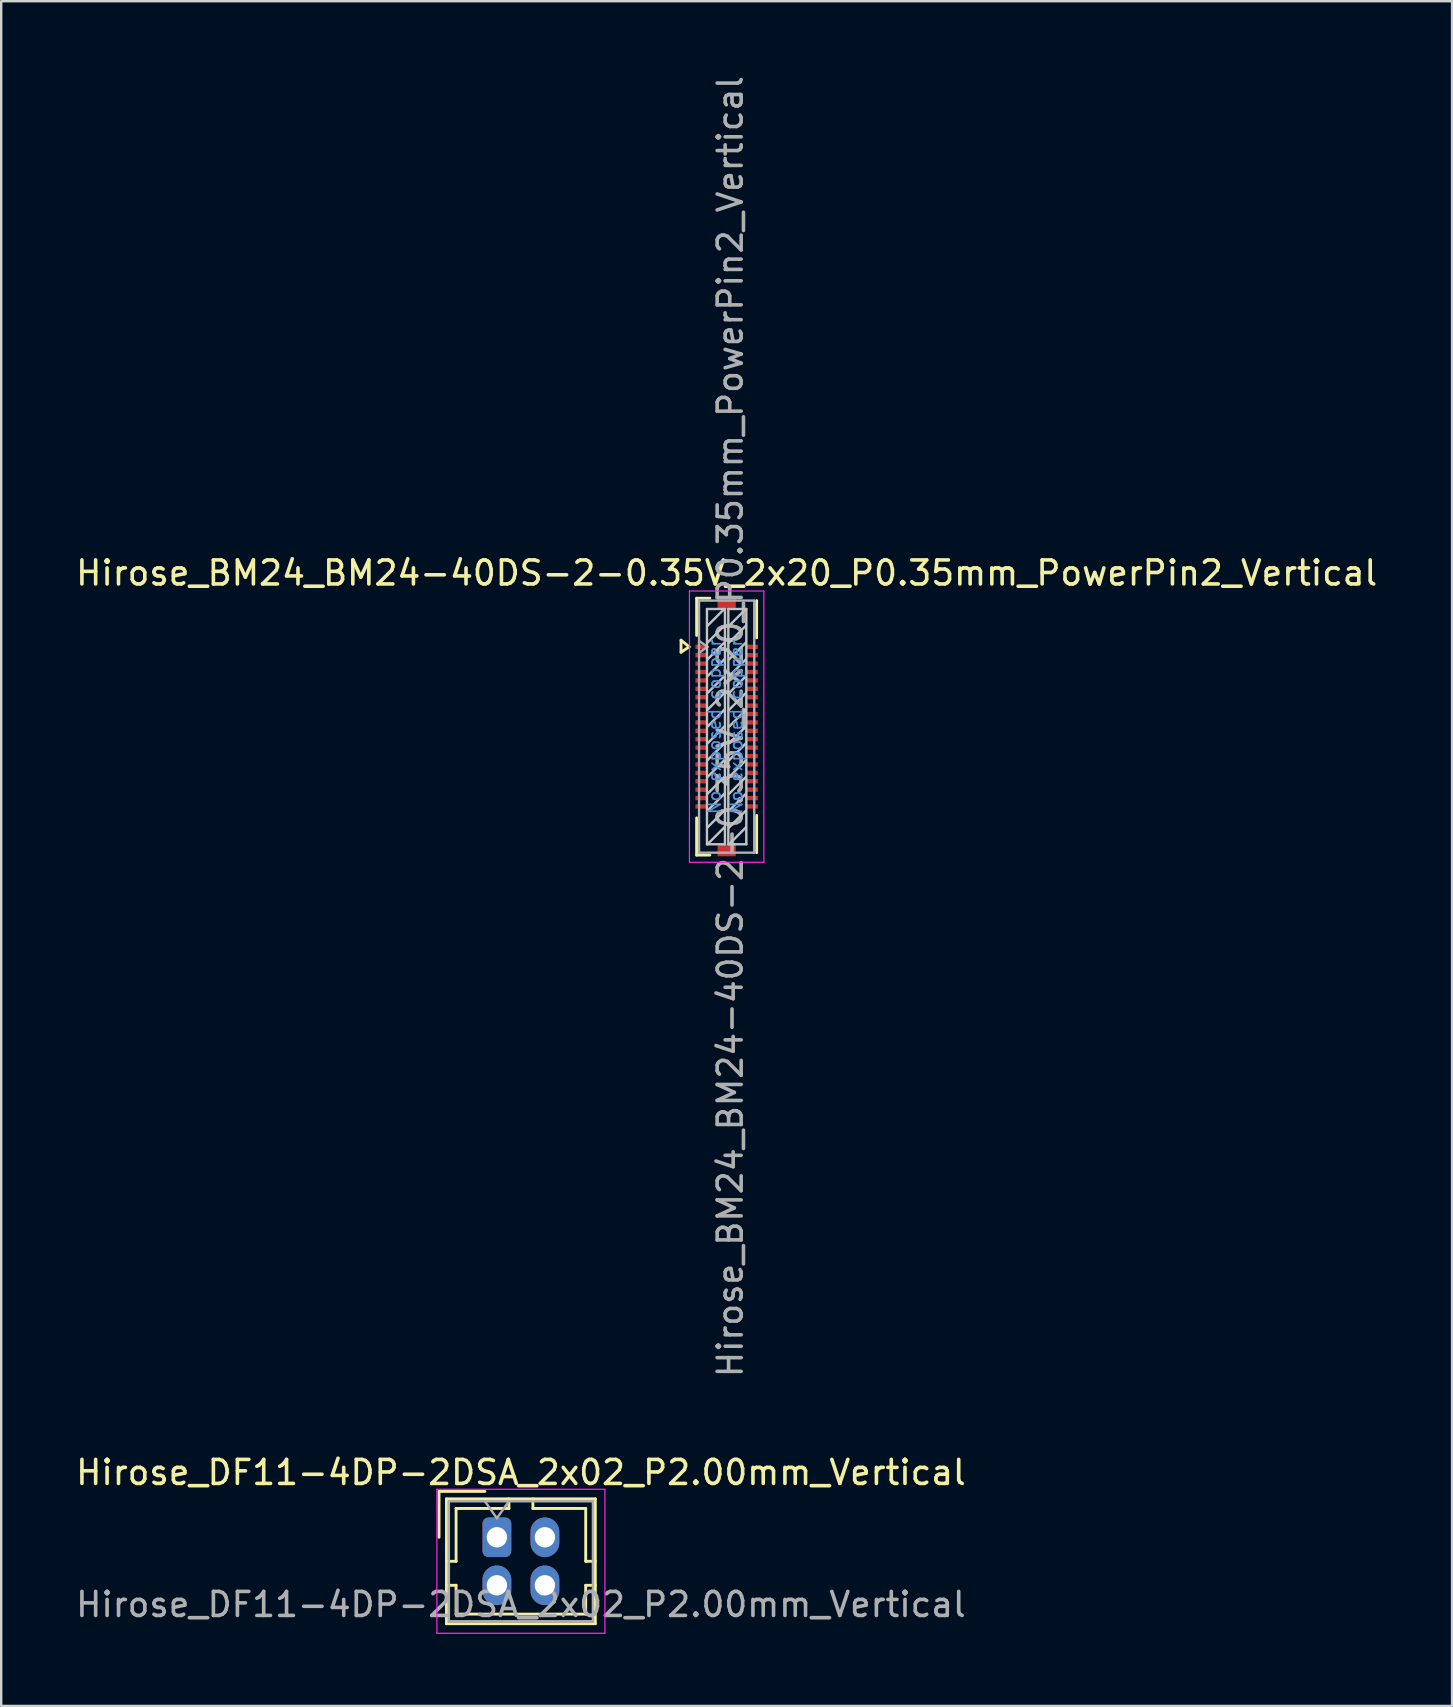
<source format=kicad_pcb>
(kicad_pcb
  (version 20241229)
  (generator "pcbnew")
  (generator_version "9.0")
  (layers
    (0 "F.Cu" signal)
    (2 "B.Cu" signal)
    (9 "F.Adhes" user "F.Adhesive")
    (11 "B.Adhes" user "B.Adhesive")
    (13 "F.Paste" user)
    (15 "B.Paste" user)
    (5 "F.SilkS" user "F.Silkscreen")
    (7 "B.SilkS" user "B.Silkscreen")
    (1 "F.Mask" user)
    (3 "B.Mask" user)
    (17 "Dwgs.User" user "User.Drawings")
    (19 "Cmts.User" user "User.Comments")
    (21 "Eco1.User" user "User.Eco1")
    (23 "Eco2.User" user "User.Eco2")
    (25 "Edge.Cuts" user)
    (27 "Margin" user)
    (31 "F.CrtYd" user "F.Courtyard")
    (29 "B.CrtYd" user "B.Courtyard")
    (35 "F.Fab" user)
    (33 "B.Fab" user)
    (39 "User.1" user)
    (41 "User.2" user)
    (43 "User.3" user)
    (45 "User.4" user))
  (footprint "Hirose_BM24_BM24-40DS-2-0.35V_2x20_P0.35mm_PowerPin2_Vertical"
    (layer "F.Cu")
    (at 27.22 27.22)
    (property "Reference" "Hirose_BM24_BM24-40DS-2-0.35V_2x20_P0.35mm_PowerPin2_Vertical" (at 0 -6.4 0) (layer "F.SilkS") (effects (font (size 1 1) (thickness 0.15))))
    (attr smd)
    (fp_line (start -1.9 -3.6) (end -1.56 -3.325) (stroke (width 0.12) (type solid)) (layer "F.SilkS"))
    (fp_line (start -1.9 -3.1) (end -1.9 -3.6) (stroke (width 0.12) (type solid)) (layer "F.SilkS"))
    (fp_line (start -1.56 -3.325) (end -1.9 -3.1) (stroke (width 0.12) (type solid)) (layer "F.SilkS"))
    (fp_line (start -1.25 -5.35) (end -1.25 -3.8) (stroke (width 0.12) (type solid)) (layer "F.SilkS"))
    (fp_line (start -1.25 -5.35) (end -0.7 -5.35) (stroke (width 0.12) (type solid)) (layer "F.SilkS"))
    (fp_line (start -1.25 5.35) (end -1.25 3.8) (stroke (width 0.12) (type solid)) (layer "F.SilkS"))
    (fp_line (start -1.25 5.35) (end -0.7 5.35) (stroke (width 0.12) (type solid)) (layer "F.SilkS"))
    (fp_line (start 1.25 -5.25) (end 1.25 -3.7) (stroke (width 0.12) (type solid)) (layer "F.SilkS"))
    (fp_line (start 1.25 3.7) (end 1.25 5.25) (stroke (width 0.12) (type solid)) (layer "F.SilkS"))
    (fp_line (start -0.82 -4.9) (end -0.82 4.9) (stroke (width 0.1) (type solid)) (layer "Dwgs.User"))
    (fp_line (start -0.82 4.9) (end -0.07 4.9) (stroke (width 0.1) (type solid)) (layer "Dwgs.User"))
    (fp_line (start -0.8 -3.5) (end -0.1 -4.2) (stroke (width 0.1) (type solid)) (layer "Dwgs.User"))
    (fp_line (start -0.8 -2.8) (end -0.1 -3.5) (stroke (width 0.1) (type solid)) (layer "Dwgs.User"))
    (fp_line (start -0.8 -2.1) (end -0.1 -2.8) (stroke (width 0.1) (type solid)) (layer "Dwgs.User"))
    (fp_line (start -0.8 -1.4) (end -0.1 -2.1) (stroke (width 0.1) (type solid)) (layer "Dwgs.User"))
    (fp_line (start -0.8 -0.7) (end -0.1 -1.4) (stroke (width 0.1) (type solid)) (layer "Dwgs.User"))
    (fp_line (start -0.8 0) (end -0.1 -0.7) (stroke (width 0.1) (type solid)) (layer "Dwgs.User"))
    (fp_line (start -0.8 0.7) (end -0.1 0) (stroke (width 0.1) (type solid)) (layer "Dwgs.User"))
    (fp_line (start -0.8 1.4) (end -0.1 0.7) (stroke (width 0.1) (type solid)) (layer "Dwgs.User"))
    (fp_line (start -0.8 2.1) (end -0.1 1.4) (stroke (width 0.1) (type solid)) (layer "Dwgs.User"))
    (fp_line (start -0.8 2.8) (end -0.1 2.1) (stroke (width 0.1) (type solid)) (layer "Dwgs.User"))
    (fp_line (start -0.8 3.5) (end -0.1 2.8) (stroke (width 0.1) (type solid)) (layer "Dwgs.User"))
    (fp_line (start -0.8 4.2) (end -0.1 3.5) (stroke (width 0.1) (type solid)) (layer "Dwgs.User"))
    (fp_line (start -0.8 4.9) (end -0.1 4.2) (stroke (width 0.1) (type solid)) (layer "Dwgs.User"))
    (fp_line (start -0.1 -4.9) (end -0.8 -4.2) (stroke (width 0.1) (type solid)) (layer "Dwgs.User"))
    (fp_line (start -0.07 -4.9) (end -0.82 -4.9) (stroke (width 0.1) (type solid)) (layer "Dwgs.User"))
    (fp_line (start -0.07 4.9) (end -0.07 -4.9) (stroke (width 0.1) (type solid)) (layer "Dwgs.User"))
    (fp_line (start 0.07 -4.9) (end 0.07 4.9) (stroke (width 0.1) (type solid)) (layer "Dwgs.User"))
    (fp_line (start 0.07 4.9) (end 0.82 4.9) (stroke (width 0.1) (type solid)) (layer "Dwgs.User"))
    (fp_line (start 0.1 -4.2) (end 0.8 -4.9) (stroke (width 0.1) (type solid)) (layer "Dwgs.User"))
    (fp_line (start 0.1 -3.5) (end 0.8 -4.2) (stroke (width 0.1) (type solid)) (layer "Dwgs.User"))
    (fp_line (start 0.1 -2.8) (end 0.8 -3.5) (stroke (width 0.1) (type solid)) (layer "Dwgs.User"))
    (fp_line (start 0.1 -2.1) (end 0.8 -2.8) (stroke (width 0.1) (type solid)) (layer "Dwgs.User"))
    (fp_line (start 0.1 -1.4) (end 0.8 -2.1) (stroke (width 0.1) (type solid)) (layer "Dwgs.User"))
    (fp_line (start 0.1 -0.7) (end 0.8 -1.4) (stroke (width 0.1) (type solid)) (layer "Dwgs.User"))
    (fp_line (start 0.1 0) (end 0.8 -0.7) (stroke (width 0.1) (type solid)) (layer "Dwgs.User"))
    (fp_line (start 0.1 0.7) (end 0.8 0) (stroke (width 0.1) (type solid)) (layer "Dwgs.User"))
    (fp_line (start 0.1 1.4) (end 0.8 0.7) (stroke (width 0.1) (type solid)) (layer "Dwgs.User"))
    (fp_line (start 0.1 2.1) (end 0.8 1.4) (stroke (width 0.1) (type solid)) (layer "Dwgs.User"))
    (fp_line (start 0.1 2.8) (end 0.8 2.1) (stroke (width 0.1) (type solid)) (layer "Dwgs.User"))
    (fp_line (start 0.1 3.5) (end 0.8 2.8) (stroke (width 0.1) (type solid)) (layer "Dwgs.User"))
    (fp_line (start 0.1 4.2) (end 0.8 3.5) (stroke (width 0.1) (type solid)) (layer "Dwgs.User"))
    (fp_line (start 0.1 4.9) (end 0.8 4.2) (stroke (width 0.1) (type solid)) (layer "Dwgs.User"))
    (fp_line (start 0.82 -4.9) (end 0.07 -4.9) (stroke (width 0.1) (type solid)) (layer "Dwgs.User"))
    (fp_line (start 0.82 4.9) (end 0.82 -4.9) (stroke (width 0.1) (type solid)) (layer "Dwgs.User"))
    (fp_line (start -1.55 -5.65) (end 1.55 -5.65) (stroke (width 0.05) (type solid)) (layer "F.CrtYd"))
    (fp_line (start -1.55 5.65) (end -1.55 -5.65) (stroke (width 0.05) (type solid)) (layer "F.CrtYd"))
    (fp_line (start 1.55 -5.65) (end 1.55 5.65) (stroke (width 0.05) (type solid)) (layer "F.CrtYd"))
    (fp_line (start 1.55 5.65) (end -1.55 5.65) (stroke (width 0.05) (type solid)) (layer "F.CrtYd"))
    (fp_line (start -1.15 -5.25) (end -1.15 5.25) (stroke (width 0.1) (type solid)) (layer "F.Fab"))
    (fp_line (start -1.15 -5.25) (end 1.15 -5.25) (stroke (width 0.1) (type solid)) (layer "F.Fab"))
    (fp_line (start -1.15 -3.575) (end -0.8 -3.325) (stroke (width 0.1) (type solid)) (layer "F.Fab"))
    (fp_line (start -1.15 5.25) (end 1.15 5.25) (stroke (width 0.1) (type solid)) (layer "F.Fab"))
    (fp_line (start -0.8 -3.325) (end -1.15 -3.075) (stroke (width 0.1) (type solid)) (layer "F.Fab"))
    (fp_line (start 1.15 -5.25) (end 1.15 5.25) (stroke (width 0.1) (type solid)) (layer "F.Fab"))
    (fp_text user "No exposed copper" (at 0.4 0 90) (layer "Cmts.User") (effects (font (size 0.5 0.5) (thickness 0.07))))
    (fp_text user "No exposed copper" (at -0.5 0 90) (layer "Cmts.User") (effects (font (size 0.5 0.5) (thickness 0.07))))
    (fp_text user "${REFERENCE}" (at 0.15 0 90) (layer "F.Fab") (effects (font (size 1 1) (thickness 0.15))))
    (pad "1" smd rect (at -1.06 -3.325 90) (size 0.18 0.48) (layers "F.Cu" "F.Mask" "F.Paste"))
    (pad "2" smd rect (at 1.06 -3.325 90) (size 0.18 0.48) (layers "F.Cu" "F.Mask" "F.Paste"))
    (pad "3" smd rect (at -1.06 -2.975 90) (size 0.18 0.48) (layers "F.Cu" "F.Mask" "F.Paste"))
    (pad "4" smd rect (at 1.06 -2.975 90) (size 0.18 0.48) (layers "F.Cu" "F.Mask" "F.Paste"))
    (pad "5" smd rect (at -1.06 -2.625 90) (size 0.18 0.48) (layers "F.Cu" "F.Mask" "F.Paste"))
    (pad "6" smd rect (at 1.06 -2.625 90) (size 0.18 0.48) (layers "F.Cu" "F.Mask" "F.Paste"))
    (pad "7" smd rect (at -1.06 -2.275 90) (size 0.18 0.48) (layers "F.Cu" "F.Mask" "F.Paste"))
    (pad "8" smd rect (at 1.06 -2.275 90) (size 0.18 0.48) (layers "F.Cu" "F.Mask" "F.Paste"))
    (pad "9" smd rect (at -1.06 -1.925 90) (size 0.18 0.48) (layers "F.Cu" "F.Mask" "F.Paste"))
    (pad "10" smd rect (at 1.06 -1.925 90) (size 0.18 0.48) (layers "F.Cu" "F.Mask" "F.Paste"))
    (pad "11" smd rect (at -1.06 -1.575 90) (size 0.18 0.48) (layers "F.Cu" "F.Mask" "F.Paste"))
    (pad "12" smd rect (at 1.06 -1.575 90) (size 0.18 0.48) (layers "F.Cu" "F.Mask" "F.Paste"))
    (pad "13" smd rect (at -1.06 -1.225 90) (size 0.18 0.48) (layers "F.Cu" "F.Mask" "F.Paste"))
    (pad "14" smd rect (at 1.06 -1.225 90) (size 0.18 0.48) (layers "F.Cu" "F.Mask" "F.Paste"))
    (pad "15" smd rect (at -1.06 -0.875 90) (size 0.18 0.48) (layers "F.Cu" "F.Mask" "F.Paste"))
    (pad "16" smd rect (at 1.06 -0.875 90) (size 0.18 0.48) (layers "F.Cu" "F.Mask" "F.Paste"))
    (pad "17" smd rect (at -1.06 -0.525 90) (size 0.18 0.48) (layers "F.Cu" "F.Mask" "F.Paste"))
    (pad "18" smd rect (at 1.06 -0.525 90) (size 0.18 0.48) (layers "F.Cu" "F.Mask" "F.Paste"))
    (pad "19" smd rect (at -1.06 -0.175 90) (size 0.18 0.48) (layers "F.Cu" "F.Mask" "F.Paste"))
    (pad "20" smd rect (at 1.06 -0.175 90) (size 0.18 0.48) (layers "F.Cu" "F.Mask" "F.Paste"))
    (pad "21" smd rect (at -1.06 0.175 90) (size 0.18 0.48) (layers "F.Cu" "F.Mask" "F.Paste"))
    (pad "22" smd rect (at 1.06 0.175 90) (size 0.18 0.48) (layers "F.Cu" "F.Mask" "F.Paste"))
    (pad "23" smd rect (at -1.06 0.525 90) (size 0.18 0.48) (layers "F.Cu" "F.Mask" "F.Paste"))
    (pad "24" smd rect (at 1.06 0.525 90) (size 0.18 0.48) (layers "F.Cu" "F.Mask" "F.Paste"))
    (pad "25" smd rect (at -1.06 0.875 90) (size 0.18 0.48) (layers "F.Cu" "F.Mask" "F.Paste"))
    (pad "26" smd rect (at 1.06 0.875 90) (size 0.18 0.48) (layers "F.Cu" "F.Mask" "F.Paste"))
    (pad "27" smd rect (at -1.06 1.225 90) (size 0.18 0.48) (layers "F.Cu" "F.Mask" "F.Paste"))
    (pad "28" smd rect (at 1.06 1.225 90) (size 0.18 0.48) (layers "F.Cu" "F.Mask" "F.Paste"))
    (pad "29" smd rect (at -1.06 1.575 90) (size 0.18 0.48) (layers "F.Cu" "F.Mask" "F.Paste"))
    (pad "30" smd rect (at 1.06 1.575 90) (size 0.18 0.48) (layers "F.Cu" "F.Mask" "F.Paste"))
    (pad "31" smd rect (at -1.06 1.925 90) (size 0.18 0.48) (layers "F.Cu" "F.Mask" "F.Paste"))
    (pad "32" smd rect (at 1.06 1.925 90) (size 0.18 0.48) (layers "F.Cu" "F.Mask" "F.Paste"))
    (pad "33" smd rect (at -1.06 2.275 90) (size 0.18 0.48) (layers "F.Cu" "F.Mask" "F.Paste"))
    (pad "34" smd rect (at 1.06 2.275 90) (size 0.18 0.48) (layers "F.Cu" "F.Mask" "F.Paste"))
    (pad "35" smd rect (at -1.06 2.625 90) (size 0.18 0.48) (layers "F.Cu" "F.Mask" "F.Paste"))
    (pad "36" smd rect (at 1.06 2.625 90) (size 0.18 0.48) (layers "F.Cu" "F.Mask" "F.Paste"))
    (pad "37" smd rect (at -1.06 2.975 90) (size 0.18 0.48) (layers "F.Cu" "F.Mask" "F.Paste"))
    (pad "38" smd rect (at 1.06 2.975 90) (size 0.18 0.48) (layers "F.Cu" "F.Mask" "F.Paste"))
    (pad "39" smd rect (at -1.06 3.325 90) (size 0.18 0.48) (layers "F.Cu" "F.Mask" "F.Paste"))
    (pad "40" smd rect (at 1.06 3.325 90) (size 0.18 0.48) (layers "F.Cu" "F.Mask" "F.Paste"))
    (pad "41" smd rect (at 0 -5.155 90) (size 0.49 0.76) (layers "F.Cu" "F.Mask" "F.Paste"))
    (pad "42" smd rect (at 0 5.155 90) (size 0.49 0.76) (layers "F.Cu" "F.Mask" "F.Paste")))
  (footprint "Hirose_DF11-4DP-2DSA_2x02_P2.00mm_Vertical"
    (layer "F.Cu")
    (at 17.649 60.989)
    (property "Reference" "Hirose_DF11-4DP-2DSA_2x02_P2.00mm_Vertical" (at 1 -2.7 0) (layer "F.SilkS") (effects (font (size 1 1) (thickness 0.15))))
    (attr through_hole)
    (fp_line (start -2.41 -1.91) (end -0.5 -1.91) (stroke (width 0.12) (type solid)) (layer "F.SilkS"))
    (fp_line (start -2.41 0) (end -2.41 -1.91) (stroke (width 0.12) (type solid)) (layer "F.SilkS"))
    (fp_line (start -2.1 -1.6) (end -2.1 3.6) (stroke (width 0.12) (type solid)) (layer "F.SilkS"))
    (fp_line (start -2.1 1) (end -1.7 1) (stroke (width 0.12) (type solid)) (layer "F.SilkS"))
    (fp_line (start -2.1 2) (end -1.7 2) (stroke (width 0.12) (type solid)) (layer "F.SilkS"))
    (fp_line (start -2.1 3.6) (end 4.1 3.6) (stroke (width 0.12) (type solid)) (layer "F.SilkS"))
    (fp_line (start -1.7 -1.2) (end 0.5 -1.2) (stroke (width 0.12) (type solid)) (layer "F.SilkS"))
    (fp_line (start -1.7 1) (end -1.7 -1.2) (stroke (width 0.12) (type solid)) (layer "F.SilkS"))
    (fp_line (start -1.7 2) (end -1.7 3.2) (stroke (width 0.12) (type solid)) (layer "F.SilkS"))
    (fp_line (start -1.7 3.2) (end 3.7 3.2) (stroke (width 0.12) (type solid)) (layer "F.SilkS"))
    (fp_line (start 0.5 -1.2) (end 0.5 -1.6) (stroke (width 0.12) (type solid)) (layer "F.SilkS"))
    (fp_line (start 1.5 -1.2) (end 1.5 -1.6) (stroke (width 0.12) (type solid)) (layer "F.SilkS"))
    (fp_line (start 3.7 -1.2) (end 1.5 -1.2) (stroke (width 0.12) (type solid)) (layer "F.SilkS"))
    (fp_line (start 3.7 1) (end 3.7 -1.2) (stroke (width 0.12) (type solid)) (layer "F.SilkS"))
    (fp_line (start 3.7 2) (end 4.1 2) (stroke (width 0.12) (type solid)) (layer "F.SilkS"))
    (fp_line (start 3.7 3.2) (end 3.7 2) (stroke (width 0.12) (type solid)) (layer "F.SilkS"))
    (fp_line (start 4.1 -1.6) (end -2.1 -1.6) (stroke (width 0.12) (type solid)) (layer "F.SilkS"))
    (fp_line (start 4.1 1) (end 3.7 1) (stroke (width 0.12) (type solid)) (layer "F.SilkS"))
    (fp_line (start 4.1 3.6) (end 4.1 -1.6) (stroke (width 0.12) (type solid)) (layer "F.SilkS"))
    (fp_line (start -2.5 -2) (end -2.5 4) (stroke (width 0.05) (type solid)) (layer "F.CrtYd"))
    (fp_line (start -2.5 4) (end 4.5 4) (stroke (width 0.05) (type solid)) (layer "F.CrtYd"))
    (fp_line (start 4.5 -2) (end -2.5 -2) (stroke (width 0.05) (type solid)) (layer "F.CrtYd"))
    (fp_line (start 4.5 4) (end 4.5 -2) (stroke (width 0.05) (type solid)) (layer "F.CrtYd"))
    (fp_line (start -2 -1.5) (end -2 3.5) (stroke (width 0.1) (type solid)) (layer "F.Fab"))
    (fp_line (start -2 3.5) (end 4 3.5) (stroke (width 0.1) (type solid)) (layer "F.Fab"))
    (fp_line (start -0.5 -1.5) (end 0 -0.793) (stroke (width 0.1) (type solid)) (layer "F.Fab"))
    (fp_line (start 0 -0.793) (end 0.5 -1.5) (stroke (width 0.1) (type solid)) (layer "F.Fab"))
    (fp_line (start 4 -1.5) (end -2 -1.5) (stroke (width 0.1) (type solid)) (layer "F.Fab"))
    (fp_line (start 4 3.5) (end 4 -1.5) (stroke (width 0.1) (type solid)) (layer "F.Fab"))
    (fp_text user "${REFERENCE}" (at 1 2.8 0) (layer "F.Fab") (effects (font (size 1 1) (thickness 0.15))))
    (pad "1" thru_hole roundrect (at 0 0) (size 1.2 1.65) (drill 0.85) (layers "*.Cu" "*.Mask") (roundrect_rratio 0.208))
    (pad "2" thru_hole oval (at 0 2) (size 1.2 1.65) (drill 0.85) (layers "*.Cu" "*.Mask"))
    (pad "3" thru_hole oval (at 2 0) (size 1.2 1.65) (drill 0.85) (layers "*.Cu" "*.Mask"))
    (pad "4" thru_hole oval (at 2 2) (size 1.2 1.65) (drill 0.85) (layers "*.Cu" "*.Mask")))
  (gr_rect
    (start -3 -3)
    (end 57.44 68.014)
    (stroke (width 0.1) (type default))
    (fill no)
    (layer "Edge.Cuts")))
</source>
